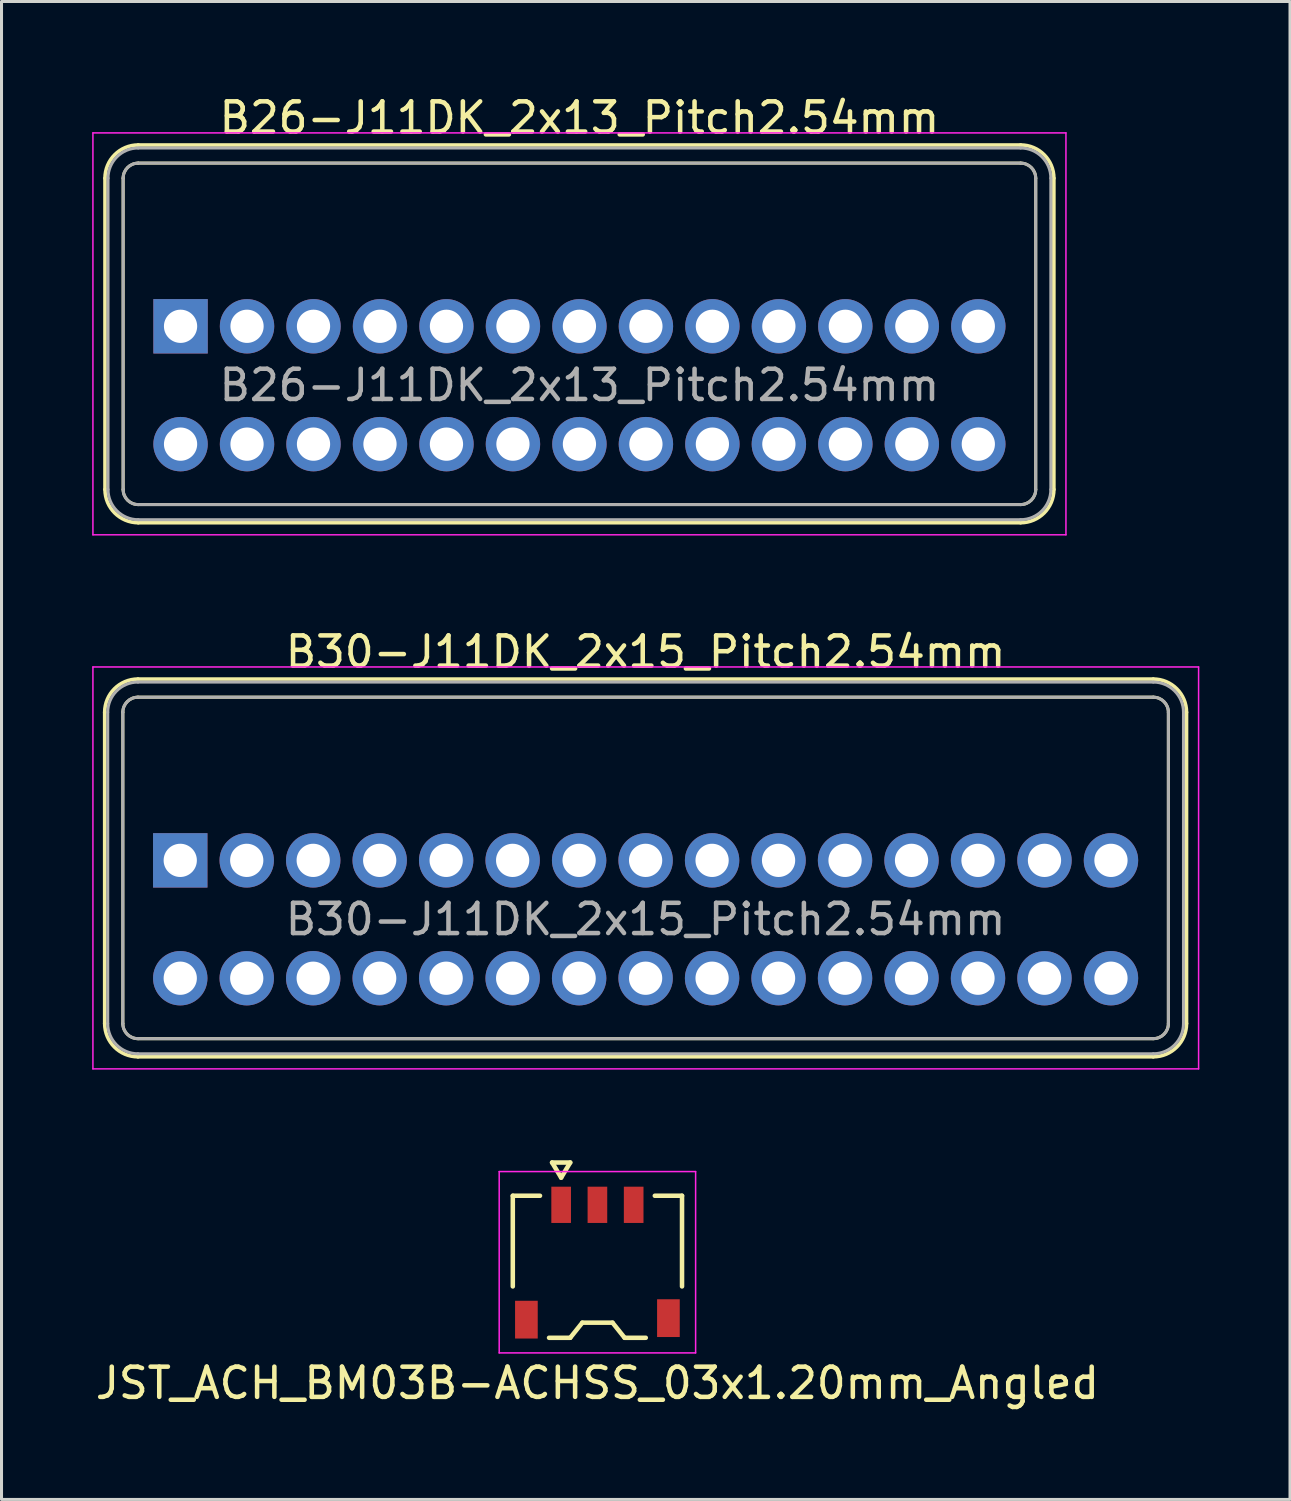
<source format=kicad_pcb>
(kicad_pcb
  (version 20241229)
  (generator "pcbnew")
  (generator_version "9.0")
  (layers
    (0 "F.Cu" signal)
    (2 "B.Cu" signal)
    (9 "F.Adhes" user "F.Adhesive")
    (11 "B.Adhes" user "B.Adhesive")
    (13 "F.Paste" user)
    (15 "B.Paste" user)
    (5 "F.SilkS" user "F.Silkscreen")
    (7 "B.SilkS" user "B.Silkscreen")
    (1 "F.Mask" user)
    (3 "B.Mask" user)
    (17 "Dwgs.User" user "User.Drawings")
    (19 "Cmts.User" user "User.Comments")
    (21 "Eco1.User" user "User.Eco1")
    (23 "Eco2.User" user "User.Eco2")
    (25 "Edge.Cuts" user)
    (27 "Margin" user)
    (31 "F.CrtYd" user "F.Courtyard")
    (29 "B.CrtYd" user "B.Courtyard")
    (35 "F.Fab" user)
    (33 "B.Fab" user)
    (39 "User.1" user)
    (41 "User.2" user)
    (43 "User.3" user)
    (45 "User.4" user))
  (footprint "B30-J11DK_2x15_Pitch2.54mm"
    (layer "F.Cu")
    (at 2.915 25.422)
    (property "Reference" "B30-J11DK_2x15_Pitch2.54mm" (at 15.4 -6.9 0) (layer "F.SilkS") (effects (font (size 1 1) (thickness 0.15))))
    (attr through_hole)
    (fp_line (start -2.5 -4.9) (end -2.5 5.4) (stroke (width 0.12) (type solid)) (layer "F.SilkS"))
    (fp_line (start -1.9 -4.9) (end -1.9 5.4) (stroke (width 0.1) (type solid)) (layer "F.SilkS"))
    (fp_line (start -1.4 -6) (end 32.2 -6) (stroke (width 0.12) (type solid)) (layer "F.SilkS"))
    (fp_line (start -1.4 -5.4) (end 32.2 -5.4) (stroke (width 0.1) (type solid)) (layer "F.SilkS"))
    (fp_line (start -1.4 5.9) (end 32.2 5.9) (stroke (width 0.1) (type solid)) (layer "F.SilkS"))
    (fp_line (start -1.4 6.5) (end 32.2 6.5) (stroke (width 0.12) (type solid)) (layer "F.SilkS"))
    (fp_line (start 32.7 -4.9) (end 32.7 5.4) (stroke (width 0.1) (type solid)) (layer "F.SilkS"))
    (fp_line (start 33.3 -4.9) (end 33.3 5.4) (stroke (width 0.12) (type solid)) (layer "F.SilkS"))
    (fp_arc (start -2.5 -4.9) (mid -2.177817 -5.677817) (end -1.4 -6) (stroke (width 0.12) (type solid)) (layer "F.SilkS"))
    (fp_arc (start -1.9 -4.9) (mid -1.753553 -5.253553) (end -1.4 -5.4) (stroke (width 0.1) (type solid)) (layer "F.SilkS"))
    (fp_arc (start -1.4 5.9) (mid -1.753553 5.753553) (end -1.9 5.4) (stroke (width 0.1) (type solid)) (layer "F.SilkS"))
    (fp_arc (start -1.4 6.5) (mid -2.177817 6.177817) (end -2.5 5.4) (stroke (width 0.12) (type solid)) (layer "F.SilkS"))
    (fp_arc (start 32.2 -6) (mid 32.977817 -5.677817) (end 33.3 -4.9) (stroke (width 0.12) (type solid)) (layer "F.SilkS"))
    (fp_arc (start 32.2 -5.4) (mid 32.553553 -5.253553) (end 32.7 -4.9) (stroke (width 0.1) (type solid)) (layer "F.SilkS"))
    (fp_arc (start 32.7 5.4) (mid 32.553553 5.753553) (end 32.2 5.9) (stroke (width 0.1) (type solid)) (layer "F.SilkS"))
    (fp_arc (start 33.3 5.4) (mid 32.977817 6.177817) (end 32.2 6.5) (stroke (width 0.12) (type solid)) (layer "F.SilkS"))
    (fp_line (start -2.89 -6.4) (end -2.89 6.9) (stroke (width 0.05) (type solid)) (layer "F.CrtYd"))
    (fp_line (start -2.89 6.9) (end 33.7 6.9) (stroke (width 0.05) (type solid)) (layer "F.CrtYd"))
    (fp_line (start 33.7 -6.4) (end -2.89 -6.4) (stroke (width 0.05) (type solid)) (layer "F.CrtYd"))
    (fp_line (start 33.7 6.9) (end 33.7 -6.4) (stroke (width 0.05) (type solid)) (layer "F.CrtYd"))
    (fp_line (start -2.4 -4.9) (end -2.4 5.4) (stroke (width 0.1) (type solid)) (layer "F.Fab"))
    (fp_line (start -1.9 -4.9) (end -1.9 5.4) (stroke (width 0.1) (type solid)) (layer "F.Fab"))
    (fp_line (start -1.4 -5.9) (end 32.2 -5.9) (stroke (width 0.1) (type solid)) (layer "F.Fab"))
    (fp_line (start -1.4 -5.4) (end 32.2 -5.4) (stroke (width 0.1) (type solid)) (layer "F.Fab"))
    (fp_line (start -1.4 5.9) (end 32.2 5.9) (stroke (width 0.1) (type solid)) (layer "F.Fab"))
    (fp_line (start -1.4 6.4) (end 32.2 6.4) (stroke (width 0.1) (type solid)) (layer "F.Fab"))
    (fp_line (start 32.7 -4.9) (end 32.7 5.4) (stroke (width 0.1) (type solid)) (layer "F.Fab"))
    (fp_line (start 33.2 -4.9) (end 33.2 5.4) (stroke (width 0.1) (type solid)) (layer "F.Fab"))
    (fp_arc (start -2.4 -4.9) (mid -2.107107 -5.607107) (end -1.4 -5.9) (stroke (width 0.1) (type solid)) (layer "F.Fab"))
    (fp_arc (start -1.9 -4.9) (mid -1.753553 -5.253553) (end -1.4 -5.4) (stroke (width 0.1) (type solid)) (layer "F.Fab"))
    (fp_arc (start -1.4 5.9) (mid -1.753553 5.753553) (end -1.9 5.4) (stroke (width 0.1) (type solid)) (layer "F.Fab"))
    (fp_arc (start -1.4 6.4) (mid -2.107107 6.107107) (end -2.4 5.4) (stroke (width 0.1) (type solid)) (layer "F.Fab"))
    (fp_arc (start 32.2 -5.9) (mid 32.907107 -5.607107) (end 33.2 -4.9) (stroke (width 0.1) (type solid)) (layer "F.Fab"))
    (fp_arc (start 32.2 -5.4) (mid 32.553553 -5.253553) (end 32.7 -4.9) (stroke (width 0.1) (type solid)) (layer "F.Fab"))
    (fp_arc (start 32.7 5.4) (mid 32.553553 5.753553) (end 32.2 5.9) (stroke (width 0.1) (type solid)) (layer "F.Fab"))
    (fp_arc (start 33.2 5.4) (mid 32.907107 6.107107) (end 32.2 6.4) (stroke (width 0.1) (type solid)) (layer "F.Fab"))
    (fp_text user "${REFERENCE}" (at 15.4 1.95 0) (layer "F.Fab") (effects (font (size 1 1) (thickness 0.15))))
    (pad "1" thru_hole rect (at 0 0) (size 1.8 1.8) (drill 1.1) (layers "*.Cu" "*.Mask"))
    (pad "2" thru_hole circle (at 0 3.9) (size 1.8 1.8) (drill 1.1) (layers "*.Cu" "*.Mask"))
    (pad "3" thru_hole circle (at 2.2 0) (size 1.8 1.8) (drill 1.1) (layers "*.Cu" "*.Mask"))
    (pad "4" thru_hole circle (at 2.2 3.9) (size 1.8 1.8) (drill 1.1) (layers "*.Cu" "*.Mask"))
    (pad "5" thru_hole circle (at 4.4 0) (size 1.8 1.8) (drill 1.1) (layers "*.Cu" "*.Mask"))
    (pad "6" thru_hole circle (at 4.4 3.9) (size 1.8 1.8) (drill 1.1) (layers "*.Cu" "*.Mask"))
    (pad "7" thru_hole circle (at 6.6 0) (size 1.8 1.8) (drill 1.1) (layers "*.Cu" "*.Mask"))
    (pad "8" thru_hole circle (at 6.6 3.9) (size 1.8 1.8) (drill 1.1) (layers "*.Cu" "*.Mask"))
    (pad "9" thru_hole circle (at 8.8 0) (size 1.8 1.8) (drill 1.1) (layers "*.Cu" "*.Mask"))
    (pad "10" thru_hole circle (at 8.8 3.9) (size 1.8 1.8) (drill 1.1) (layers "*.Cu" "*.Mask"))
    (pad "11" thru_hole circle (at 11 0) (size 1.8 1.8) (drill 1.1) (layers "*.Cu" "*.Mask"))
    (pad "12" thru_hole circle (at 11 3.9) (size 1.8 1.8) (drill 1.1) (layers "*.Cu" "*.Mask"))
    (pad "13" thru_hole circle (at 13.2 0) (size 1.8 1.8) (drill 1.1) (layers "*.Cu" "*.Mask"))
    (pad "14" thru_hole circle (at 13.2 3.9) (size 1.8 1.8) (drill 1.1) (layers "*.Cu" "*.Mask"))
    (pad "15" thru_hole circle (at 15.4 0) (size 1.8 1.8) (drill 1.1) (layers "*.Cu" "*.Mask"))
    (pad "16" thru_hole circle (at 15.4 3.9) (size 1.8 1.8) (drill 1.1) (layers "*.Cu" "*.Mask"))
    (pad "17" thru_hole circle (at 17.6 0) (size 1.8 1.8) (drill 1.1) (layers "*.Cu" "*.Mask"))
    (pad "18" thru_hole circle (at 17.6 3.9) (size 1.8 1.8) (drill 1.1) (layers "*.Cu" "*.Mask"))
    (pad "19" thru_hole circle (at 19.8 0) (size 1.8 1.8) (drill 1.1) (layers "*.Cu" "*.Mask"))
    (pad "20" thru_hole circle (at 19.8 3.9) (size 1.8 1.8) (drill 1.1) (layers "*.Cu" "*.Mask"))
    (pad "21" thru_hole circle (at 22 0) (size 1.8 1.8) (drill 1.1) (layers "*.Cu" "*.Mask"))
    (pad "22" thru_hole circle (at 22 3.9) (size 1.8 1.8) (drill 1.1) (layers "*.Cu" "*.Mask"))
    (pad "23" thru_hole circle (at 24.2 0) (size 1.8 1.8) (drill 1.1) (layers "*.Cu" "*.Mask"))
    (pad "24" thru_hole circle (at 24.2 3.9) (size 1.8 1.8) (drill 1.1) (layers "*.Cu" "*.Mask"))
    (pad "25" thru_hole circle (at 26.4 0) (size 1.8 1.8) (drill 1.1) (layers "*.Cu" "*.Mask"))
    (pad "26" thru_hole circle (at 26.4 3.9) (size 1.8 1.8) (drill 1.1) (layers "*.Cu" "*.Mask"))
    (pad "27" thru_hole circle (at 28.6 0) (size 1.8 1.8) (drill 1.1) (layers "*.Cu" "*.Mask"))
    (pad "28" thru_hole circle (at 28.6 3.9) (size 1.8 1.8) (drill 1.1) (layers "*.Cu" "*.Mask"))
    (pad "29" thru_hole circle (at 30.8 0) (size 1.8 1.8) (drill 1.1) (layers "*.Cu" "*.Mask"))
    (pad "30" thru_hole circle (at 30.8 3.9) (size 1.8 1.8) (drill 1.1) (layers "*.Cu" "*.Mask")))
  (footprint "JST_ACH_BM03B-ACHSS_03x1.20mm_Angled"
    (layer "F.Cu")
    (at 16.72 38.721)
    (property "Reference" "JST_ACH_BM03B-ACHSS_03x1.20mm_Angled" (at 0 4 180) (layer "F.SilkS") (effects (font (size 1 1) (thickness 0.15))))
    (attr smd)
    (fp_line (start -2.8 -2.2) (end -1.9 -2.2) (stroke (width 0.15) (type solid)) (layer "F.SilkS"))
    (fp_line (start -2.8 0.8) (end -2.8 -2.2) (stroke (width 0.15) (type solid)) (layer "F.SilkS"))
    (fp_line (start -1.6 2.5) (end -0.9 2.5) (stroke (width 0.15) (type solid)) (layer "F.SilkS"))
    (fp_line (start -1.5 -3.3) (end -1.2 -2.8) (stroke (width 0.15) (type solid)) (layer "F.SilkS"))
    (fp_line (start -1.2 -2.8) (end -0.9 -3.3) (stroke (width 0.15) (type solid)) (layer "F.SilkS"))
    (fp_line (start -0.9 -3.3) (end -1.5 -3.3) (stroke (width 0.15) (type solid)) (layer "F.SilkS"))
    (fp_line (start -0.9 2.5) (end -0.5 2) (stroke (width 0.15) (type solid)) (layer "F.SilkS"))
    (fp_line (start -0.5 2) (end 0.5 2) (stroke (width 0.15) (type solid)) (layer "F.SilkS"))
    (fp_line (start 0.5 2) (end 0.9 2.5) (stroke (width 0.15) (type solid)) (layer "F.SilkS"))
    (fp_line (start 1.6 2.5) (end 0.9 2.5) (stroke (width 0.15) (type solid)) (layer "F.SilkS"))
    (fp_line (start 2.8 -2.2) (end 1.9 -2.2) (stroke (width 0.15) (type solid)) (layer "F.SilkS"))
    (fp_line (start 2.8 0.8) (end 2.8 -2.2) (stroke (width 0.15) (type solid)) (layer "F.SilkS"))
    (fp_line (start -3.25 -3) (end 3.25 -3) (stroke (width 0.05) (type solid)) (layer "F.CrtYd"))
    (fp_line (start -3.25 3) (end -3.25 -3) (stroke (width 0.05) (type solid)) (layer "F.CrtYd"))
    (fp_line (start 3.25 -3) (end 3.25 3) (stroke (width 0.05) (type solid)) (layer "F.CrtYd"))
    (fp_line (start 3.25 3) (end -3.25 3) (stroke (width 0.05) (type solid)) (layer "F.CrtYd"))
    (pad "" smd rect (at -2.35 1.9) (size 0.75 1.25) (layers "F.Cu" "F.Mask" "F.Paste"))
    (pad "" smd rect (at 2.35 1.85) (size 0.75 1.25) (layers "F.Cu" "F.Mask" "F.Paste"))
    (pad "1" smd rect (at -1.2 -1.9) (size 0.65 1.2) (layers "F.Cu" "F.Mask" "F.Paste"))
    (pad "2" smd rect (at 0 -1.9) (size 0.65 1.2) (layers "F.Cu" "F.Mask" "F.Paste"))
    (pad "3" smd rect (at 1.2 -1.9) (size 0.65 1.2) (layers "F.Cu" "F.Mask" "F.Paste")))
  (footprint "B26-J11DK_2x13_Pitch2.54mm"
    (layer "F.Cu")
    (at 2.925 7.748)
    (property "Reference" "B26-J11DK_2x13_Pitch2.54mm" (at 13.2 -6.9 0) (layer "F.SilkS") (effects (font (size 1 1) (thickness 0.15))))
    (attr through_hole)
    (fp_line (start -2.5 -4.9) (end -2.5 5.4) (stroke (width 0.12) (type solid)) (layer "F.SilkS"))
    (fp_line (start -1.9 -4.9) (end -1.9 5.4) (stroke (width 0.1) (type solid)) (layer "F.SilkS"))
    (fp_line (start -1.4 -6) (end 27.8 -6) (stroke (width 0.12) (type solid)) (layer "F.SilkS"))
    (fp_line (start -1.4 -5.4) (end 27.8 -5.4) (stroke (width 0.1) (type solid)) (layer "F.SilkS"))
    (fp_line (start -1.4 5.9) (end 27.8 5.9) (stroke (width 0.1) (type solid)) (layer "F.SilkS"))
    (fp_line (start -1.4 6.5) (end 27.8 6.5) (stroke (width 0.12) (type solid)) (layer "F.SilkS"))
    (fp_line (start 28.3 -4.9) (end 28.3 5.4) (stroke (width 0.1) (type solid)) (layer "F.SilkS"))
    (fp_line (start 28.9 -4.9) (end 28.9 5.4) (stroke (width 0.12) (type solid)) (layer "F.SilkS"))
    (fp_arc (start -2.5 -4.9) (mid -2.177817 -5.677817) (end -1.4 -6) (stroke (width 0.12) (type solid)) (layer "F.SilkS"))
    (fp_arc (start -1.9 -4.9) (mid -1.753553 -5.253553) (end -1.4 -5.4) (stroke (width 0.1) (type solid)) (layer "F.SilkS"))
    (fp_arc (start -1.4 5.9) (mid -1.753553 5.753553) (end -1.9 5.4) (stroke (width 0.1) (type solid)) (layer "F.SilkS"))
    (fp_arc (start -1.4 6.5) (mid -2.177817 6.177817) (end -2.5 5.4) (stroke (width 0.12) (type solid)) (layer "F.SilkS"))
    (fp_arc (start 27.8 -6) (mid 28.577817 -5.677817) (end 28.9 -4.9) (stroke (width 0.12) (type solid)) (layer "F.SilkS"))
    (fp_arc (start 27.8 -5.4) (mid 28.153553 -5.253553) (end 28.3 -4.9) (stroke (width 0.1) (type solid)) (layer "F.SilkS"))
    (fp_arc (start 28.3 5.4) (mid 28.153553 5.753553) (end 27.8 5.9) (stroke (width 0.1) (type solid)) (layer "F.SilkS"))
    (fp_arc (start 28.9 5.4) (mid 28.577817 6.177817) (end 27.8 6.5) (stroke (width 0.12) (type solid)) (layer "F.SilkS"))
    (fp_line (start -2.9 -6.4) (end -2.9 6.9) (stroke (width 0.05) (type solid)) (layer "F.CrtYd"))
    (fp_line (start -2.9 6.9) (end 29.3 6.9) (stroke (width 0.05) (type solid)) (layer "F.CrtYd"))
    (fp_line (start 29.3 -6.4) (end -2.9 -6.4) (stroke (width 0.05) (type solid)) (layer "F.CrtYd"))
    (fp_line (start 29.3 6.9) (end 29.3 -6.4) (stroke (width 0.05) (type solid)) (layer "F.CrtYd"))
    (fp_line (start -2.4 -4.9) (end -2.4 5.4) (stroke (width 0.1) (type solid)) (layer "F.Fab"))
    (fp_line (start -1.9 -4.9) (end -1.9 5.4) (stroke (width 0.1) (type solid)) (layer "F.Fab"))
    (fp_line (start -1.4 -5.9) (end 27.8 -5.9) (stroke (width 0.1) (type solid)) (layer "F.Fab"))
    (fp_line (start -1.4 -5.4) (end 27.8 -5.4) (stroke (width 0.1) (type solid)) (layer "F.Fab"))
    (fp_line (start -1.4 5.9) (end 27.8 5.9) (stroke (width 0.1) (type solid)) (layer "F.Fab"))
    (fp_line (start -1.4 6.4) (end 27.8 6.4) (stroke (width 0.1) (type solid)) (layer "F.Fab"))
    (fp_line (start 28.3 -4.9) (end 28.3 5.4) (stroke (width 0.1) (type solid)) (layer "F.Fab"))
    (fp_line (start 28.8 -4.9) (end 28.8 5.4) (stroke (width 0.1) (type solid)) (layer "F.Fab"))
    (fp_arc (start -2.4 -4.9) (mid -2.107107 -5.607107) (end -1.4 -5.9) (stroke (width 0.1) (type solid)) (layer "F.Fab"))
    (fp_arc (start -1.9 -4.9) (mid -1.753553 -5.253553) (end -1.4 -5.4) (stroke (width 0.1) (type solid)) (layer "F.Fab"))
    (fp_arc (start -1.4 5.9) (mid -1.753553 5.753553) (end -1.9 5.4) (stroke (width 0.1) (type solid)) (layer "F.Fab"))
    (fp_arc (start -1.4 6.4) (mid -2.107107 6.107107) (end -2.4 5.4) (stroke (width 0.1) (type solid)) (layer "F.Fab"))
    (fp_arc (start 27.8 -5.9) (mid 28.507107 -5.607107) (end 28.8 -4.9) (stroke (width 0.1) (type solid)) (layer "F.Fab"))
    (fp_arc (start 27.8 -5.4) (mid 28.153553 -5.253553) (end 28.3 -4.9) (stroke (width 0.1) (type solid)) (layer "F.Fab"))
    (fp_arc (start 28.3 5.4) (mid 28.153553 5.753553) (end 27.8 5.9) (stroke (width 0.1) (type solid)) (layer "F.Fab"))
    (fp_arc (start 28.8 5.4) (mid 28.507107 6.107107) (end 27.8 6.4) (stroke (width 0.1) (type solid)) (layer "F.Fab"))
    (fp_text user "${REFERENCE}" (at 13.2 1.95 0) (layer "F.Fab") (effects (font (size 1 1) (thickness 0.15))))
    (pad "1" thru_hole rect (at 0 0) (size 1.8 1.8) (drill 1.1) (layers "*.Cu" "*.Mask"))
    (pad "2" thru_hole circle (at 0 3.9) (size 1.8 1.8) (drill 1.1) (layers "*.Cu" "*.Mask"))
    (pad "3" thru_hole circle (at 2.2 0) (size 1.8 1.8) (drill 1.1) (layers "*.Cu" "*.Mask"))
    (pad "4" thru_hole circle (at 2.2 3.9) (size 1.8 1.8) (drill 1.1) (layers "*.Cu" "*.Mask"))
    (pad "5" thru_hole circle (at 4.4 0) (size 1.8 1.8) (drill 1.1) (layers "*.Cu" "*.Mask"))
    (pad "6" thru_hole circle (at 4.4 3.9) (size 1.8 1.8) (drill 1.1) (layers "*.Cu" "*.Mask"))
    (pad "7" thru_hole circle (at 6.6 0) (size 1.8 1.8) (drill 1.1) (layers "*.Cu" "*.Mask"))
    (pad "8" thru_hole circle (at 6.6 3.9) (size 1.8 1.8) (drill 1.1) (layers "*.Cu" "*.Mask"))
    (pad "9" thru_hole circle (at 8.8 0) (size 1.8 1.8) (drill 1.1) (layers "*.Cu" "*.Mask"))
    (pad "10" thru_hole circle (at 8.8 3.9) (size 1.8 1.8) (drill 1.1) (layers "*.Cu" "*.Mask"))
    (pad "11" thru_hole circle (at 11 0) (size 1.8 1.8) (drill 1.1) (layers "*.Cu" "*.Mask"))
    (pad "12" thru_hole circle (at 11 3.9) (size 1.8 1.8) (drill 1.1) (layers "*.Cu" "*.Mask"))
    (pad "13" thru_hole circle (at 13.2 0) (size 1.8 1.8) (drill 1.1) (layers "*.Cu" "*.Mask"))
    (pad "14" thru_hole circle (at 13.2 3.9) (size 1.8 1.8) (drill 1.1) (layers "*.Cu" "*.Mask"))
    (pad "15" thru_hole circle (at 15.4 0) (size 1.8 1.8) (drill 1.1) (layers "*.Cu" "*.Mask"))
    (pad "16" thru_hole circle (at 15.4 3.9) (size 1.8 1.8) (drill 1.1) (layers "*.Cu" "*.Mask"))
    (pad "17" thru_hole circle (at 17.6 0) (size 1.8 1.8) (drill 1.1) (layers "*.Cu" "*.Mask"))
    (pad "18" thru_hole circle (at 17.6 3.9) (size 1.8 1.8) (drill 1.1) (layers "*.Cu" "*.Mask"))
    (pad "19" thru_hole circle (at 19.8 0) (size 1.8 1.8) (drill 1.1) (layers "*.Cu" "*.Mask"))
    (pad "20" thru_hole circle (at 19.8 3.9) (size 1.8 1.8) (drill 1.1) (layers "*.Cu" "*.Mask"))
    (pad "21" thru_hole circle (at 22 0) (size 1.8 1.8) (drill 1.1) (layers "*.Cu" "*.Mask"))
    (pad "22" thru_hole circle (at 22 3.9) (size 1.8 1.8) (drill 1.1) (layers "*.Cu" "*.Mask"))
    (pad "23" thru_hole circle (at 24.2 0) (size 1.8 1.8) (drill 1.1) (layers "*.Cu" "*.Mask"))
    (pad "24" thru_hole circle (at 24.2 3.9) (size 1.8 1.8) (drill 1.1) (layers "*.Cu" "*.Mask"))
    (pad "25" thru_hole circle (at 26.4 0) (size 1.8 1.8) (drill 1.1) (layers "*.Cu" "*.Mask"))
    (pad "26" thru_hole circle (at 26.4 3.9) (size 1.8 1.8) (drill 1.1) (layers "*.Cu" "*.Mask")))
  (gr_rect
    (start -3 -3)
    (end 39.64 46.57)
    (stroke (width 0.1) (type default))
    (fill no)
    (layer "Edge.Cuts")))
</source>
